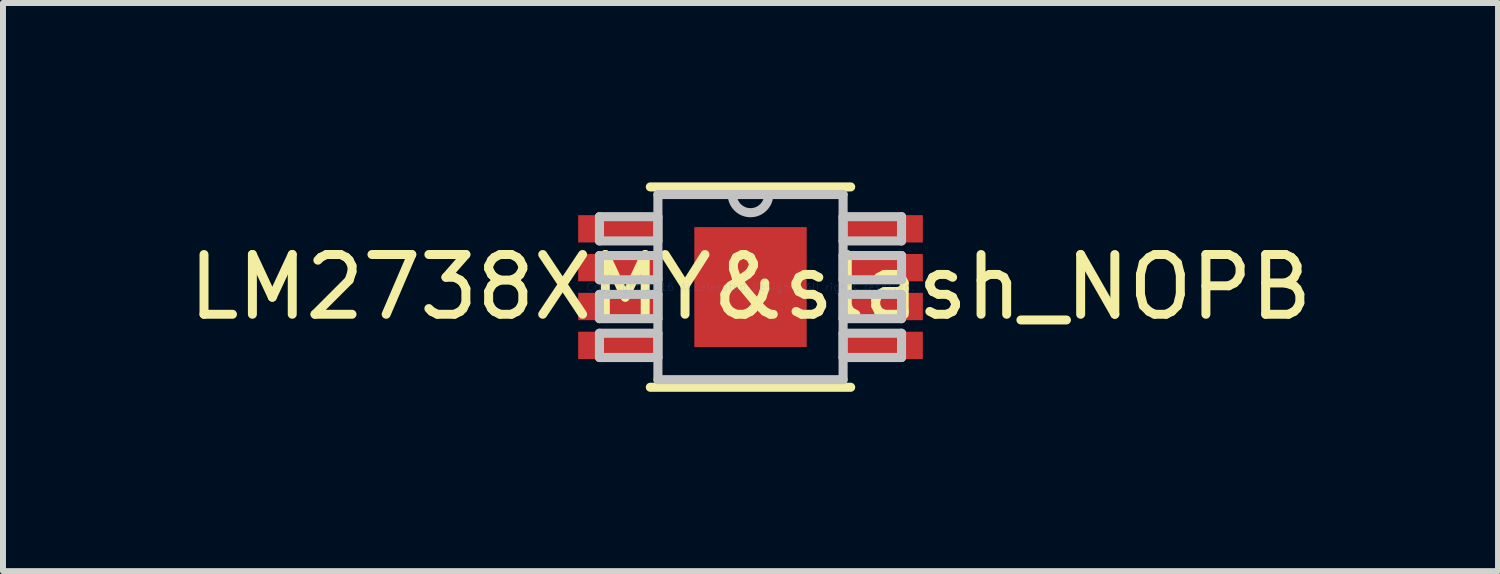
<source format=kicad_pcb>
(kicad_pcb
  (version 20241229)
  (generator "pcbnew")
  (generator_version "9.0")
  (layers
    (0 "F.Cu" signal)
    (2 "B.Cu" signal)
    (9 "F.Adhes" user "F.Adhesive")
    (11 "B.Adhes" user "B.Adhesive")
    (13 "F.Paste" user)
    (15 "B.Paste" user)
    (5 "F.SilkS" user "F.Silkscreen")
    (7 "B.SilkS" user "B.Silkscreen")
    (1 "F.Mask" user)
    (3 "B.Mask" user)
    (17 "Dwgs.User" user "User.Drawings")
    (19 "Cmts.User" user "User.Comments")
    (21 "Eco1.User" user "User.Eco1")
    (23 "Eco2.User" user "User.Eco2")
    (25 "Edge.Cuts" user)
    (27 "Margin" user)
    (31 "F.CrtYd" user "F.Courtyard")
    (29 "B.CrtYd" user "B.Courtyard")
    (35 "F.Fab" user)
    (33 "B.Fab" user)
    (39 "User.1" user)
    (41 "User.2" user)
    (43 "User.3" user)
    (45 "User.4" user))
  (footprint "LM2738XMY&slash_NOPB"
    (layer "F.Cu")
    (at 9.506 1.753)
    (property "Reference" "LM2738XMY&slash_NOPB" (at 0 0 0) (layer "F.SilkS") (effects (font (size 1 1) (thickness 0.15))))
    (attr through_hole)
    (fp_line (start -1.676 1.676) (end 1.676 1.676) (stroke (width 0.152) (type solid)) (layer "F.SilkS"))
    (fp_line (start 1.676 -1.676) (end -1.676 -1.676) (stroke (width 0.152) (type solid)) (layer "F.SilkS"))
    (fp_line (start -2.527 -1.178) (end -2.527 -0.772) (stroke (width 0.152) (type solid)) (layer "Dwgs.User"))
    (fp_line (start -2.527 -0.772) (end -1.549 -0.772) (stroke (width 0.152) (type solid)) (layer "Dwgs.User"))
    (fp_line (start -2.527 -0.528) (end -2.527 -0.122) (stroke (width 0.152) (type solid)) (layer "Dwgs.User"))
    (fp_line (start -2.527 -0.122) (end -1.549 -0.122) (stroke (width 0.152) (type solid)) (layer "Dwgs.User"))
    (fp_line (start -2.527 0.122) (end -2.527 0.528) (stroke (width 0.152) (type solid)) (layer "Dwgs.User"))
    (fp_line (start -2.527 0.528) (end -1.549 0.528) (stroke (width 0.152) (type solid)) (layer "Dwgs.User"))
    (fp_line (start -2.527 0.772) (end -2.527 1.178) (stroke (width 0.152) (type solid)) (layer "Dwgs.User"))
    (fp_line (start -2.527 1.178) (end -1.549 1.178) (stroke (width 0.152) (type solid)) (layer "Dwgs.User"))
    (fp_line (start -1.549 -1.549) (end -1.549 1.549) (stroke (width 0.152) (type solid)) (layer "Dwgs.User"))
    (fp_line (start -1.549 -1.178) (end -2.527 -1.178) (stroke (width 0.152) (type solid)) (layer "Dwgs.User"))
    (fp_line (start -1.549 -0.772) (end -1.549 -1.178) (stroke (width 0.152) (type solid)) (layer "Dwgs.User"))
    (fp_line (start -1.549 -0.528) (end -2.527 -0.528) (stroke (width 0.152) (type solid)) (layer "Dwgs.User"))
    (fp_line (start -1.549 -0.122) (end -1.549 -0.528) (stroke (width 0.152) (type solid)) (layer "Dwgs.User"))
    (fp_line (start -1.549 0.122) (end -2.527 0.122) (stroke (width 0.152) (type solid)) (layer "Dwgs.User"))
    (fp_line (start -1.549 0.528) (end -1.549 0.122) (stroke (width 0.152) (type solid)) (layer "Dwgs.User"))
    (fp_line (start -1.549 0.772) (end -2.527 0.772) (stroke (width 0.152) (type solid)) (layer "Dwgs.User"))
    (fp_line (start -1.549 1.178) (end -1.549 0.772) (stroke (width 0.152) (type solid)) (layer "Dwgs.User"))
    (fp_line (start -1.549 1.549) (end 1.549 1.549) (stroke (width 0.152) (type solid)) (layer "Dwgs.User"))
    (fp_line (start 1.549 -1.549) (end -1.549 -1.549) (stroke (width 0.152) (type solid)) (layer "Dwgs.User"))
    (fp_line (start 1.549 -1.178) (end 1.549 -0.772) (stroke (width 0.152) (type solid)) (layer "Dwgs.User"))
    (fp_line (start 1.549 -0.772) (end 2.527 -0.772) (stroke (width 0.152) (type solid)) (layer "Dwgs.User"))
    (fp_line (start 1.549 -0.528) (end 1.549 -0.122) (stroke (width 0.152) (type solid)) (layer "Dwgs.User"))
    (fp_line (start 1.549 -0.122) (end 2.527 -0.122) (stroke (width 0.152) (type solid)) (layer "Dwgs.User"))
    (fp_line (start 1.549 0.122) (end 1.549 0.528) (stroke (width 0.152) (type solid)) (layer "Dwgs.User"))
    (fp_line (start 1.549 0.528) (end 2.527 0.528) (stroke (width 0.152) (type solid)) (layer "Dwgs.User"))
    (fp_line (start 1.549 0.772) (end 1.549 1.178) (stroke (width 0.152) (type solid)) (layer "Dwgs.User"))
    (fp_line (start 1.549 1.178) (end 2.527 1.178) (stroke (width 0.152) (type solid)) (layer "Dwgs.User"))
    (fp_line (start 1.549 1.549) (end 1.549 -1.549) (stroke (width 0.152) (type solid)) (layer "Dwgs.User"))
    (fp_line (start 2.527 -1.178) (end 1.549 -1.178) (stroke (width 0.152) (type solid)) (layer "Dwgs.User"))
    (fp_line (start 2.527 -0.772) (end 2.527 -1.178) (stroke (width 0.152) (type solid)) (layer "Dwgs.User"))
    (fp_line (start 2.527 -0.528) (end 1.549 -0.528) (stroke (width 0.152) (type solid)) (layer "Dwgs.User"))
    (fp_line (start 2.527 -0.122) (end 2.527 -0.528) (stroke (width 0.152) (type solid)) (layer "Dwgs.User"))
    (fp_line (start 2.527 0.122) (end 1.549 0.122) (stroke (width 0.152) (type solid)) (layer "Dwgs.User"))
    (fp_line (start 2.527 0.528) (end 2.527 0.122) (stroke (width 0.152) (type solid)) (layer "Dwgs.User"))
    (fp_line (start 2.527 0.772) (end 1.549 0.772) (stroke (width 0.152) (type solid)) (layer "Dwgs.User"))
    (fp_line (start 2.527 1.178) (end 2.527 0.772) (stroke (width 0.152) (type solid)) (layer "Dwgs.User"))
    (fp_arc (start 0.3048 -1.5494) (mid 0 -1.2446) (end -0.3048 -1.5494) (stroke (width 0.1524) (type solid)) (layer "Dwgs.User"))
    (fp_text user "Copyright 2016 Accelerated Designs. All rights reserved." (at 0 0 0) (layer "Cmts.User") (effects (font (size 0.127 0.127) (thickness 0.002))))
    (pad "1" smd rect (at -2.197 -0.975) (size 1.372 0.457) (layers "F.Cu" "F.Mask" "F.Paste"))
    (pad "2" smd rect (at -2.197 -0.325) (size 1.372 0.457) (layers "F.Cu" "F.Mask" "F.Paste"))
    (pad "3" smd rect (at -2.197 0.325) (size 1.372 0.457) (layers "F.Cu" "F.Mask" "F.Paste"))
    (pad "4" smd rect (at -2.197 0.975) (size 1.372 0.457) (layers "F.Cu" "F.Mask" "F.Paste"))
    (pad "5" smd rect (at 2.197 0.975) (size 1.372 0.457) (layers "F.Cu" "F.Mask" "F.Paste"))
    (pad "6" smd rect (at 2.197 0.325) (size 1.372 0.457) (layers "F.Cu" "F.Mask" "F.Paste"))
    (pad "7" smd rect (at 2.197 -0.325) (size 1.372 0.457) (layers "F.Cu" "F.Mask" "F.Paste"))
    (pad "8" smd rect (at 2.197 -0.975) (size 1.372 0.457) (layers "F.Cu" "F.Mask" "F.Paste"))
    (pad "9" smd rect (at 0 0) (size 1.88 2.007) (layers "F.Cu" "F.Mask" "F.Paste")))
  (gr_rect
    (start -3 -3)
    (end 22.012 6.505)
    (stroke (width 0.1) (type default))
    (fill no)
    (layer "Edge.Cuts")))
</source>
